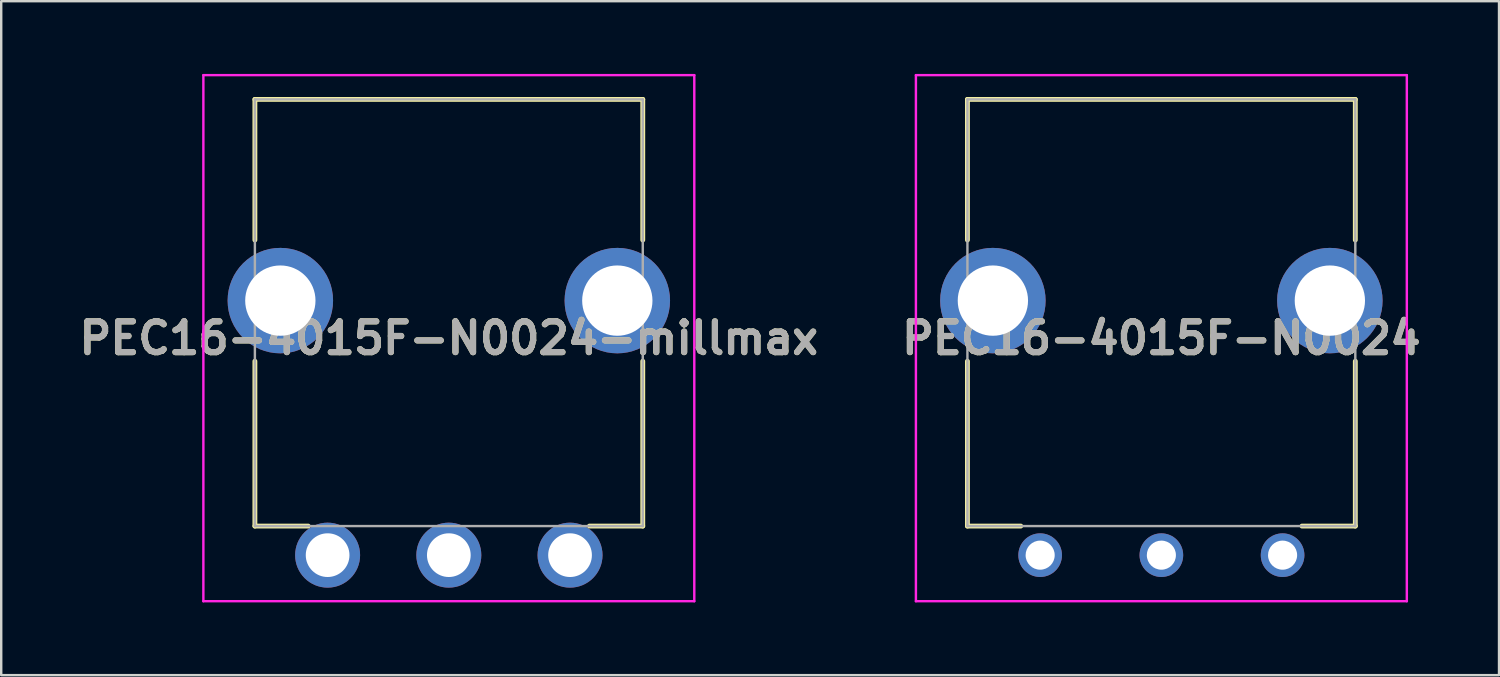
<source format=kicad_pcb>
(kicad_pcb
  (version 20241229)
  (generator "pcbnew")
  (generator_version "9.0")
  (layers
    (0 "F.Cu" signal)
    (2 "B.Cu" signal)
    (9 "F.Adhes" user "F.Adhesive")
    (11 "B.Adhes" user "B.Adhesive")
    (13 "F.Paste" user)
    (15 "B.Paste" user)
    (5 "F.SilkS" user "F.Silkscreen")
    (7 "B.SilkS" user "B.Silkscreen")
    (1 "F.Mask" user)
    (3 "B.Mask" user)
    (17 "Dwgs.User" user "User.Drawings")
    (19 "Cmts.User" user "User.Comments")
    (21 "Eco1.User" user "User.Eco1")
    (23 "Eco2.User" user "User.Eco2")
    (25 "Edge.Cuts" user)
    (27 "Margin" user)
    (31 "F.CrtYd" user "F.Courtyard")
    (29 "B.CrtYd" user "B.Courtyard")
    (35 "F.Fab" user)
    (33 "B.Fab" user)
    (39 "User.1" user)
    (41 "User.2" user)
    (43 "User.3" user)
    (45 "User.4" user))
  (footprint "PEC16-4015F-N0024-millmax"
    (layer "F.Cu")
    (at 10.464 19.85)
    (property "Reference" "PEC16-4015F-N0024-millmax" (at 5 -8.95 0) (layer "F.SilkS") (effects (font (size 1.27 1.27) (thickness 0.254))))
    (attr through_hole)
    (fp_line (start -3 -18.8) (end 13 -18.8) (stroke (width 0.2) (type solid)) (layer "F.SilkS"))
    (fp_line (start -3 -13) (end -3 -18.8) (stroke (width 0.2) (type solid)) (layer "F.SilkS"))
    (fp_line (start -3 -8) (end -3 -1.2) (stroke (width 0.2) (type solid)) (layer "F.SilkS"))
    (fp_line (start -3 -1.2) (end -0.8 -1.2) (stroke (width 0.2) (type solid)) (layer "F.SilkS"))
    (fp_line (start 13 -18.8) (end 13 -13) (stroke (width 0.2) (type solid)) (layer "F.SilkS"))
    (fp_line (start 13 -8) (end 13 -1.2) (stroke (width 0.2) (type solid)) (layer "F.SilkS"))
    (fp_line (start 13 -1.2) (end 10.8 -1.2) (stroke (width 0.2) (type solid)) (layer "F.SilkS"))
    (fp_line (start -5.125 -19.8) (end 15.125 -19.8) (stroke (width 0.1) (type solid)) (layer "F.CrtYd"))
    (fp_line (start -5.125 1.9) (end -5.125 -19.8) (stroke (width 0.1) (type solid)) (layer "F.CrtYd"))
    (fp_line (start 15.125 -19.8) (end 15.125 1.9) (stroke (width 0.1) (type solid)) (layer "F.CrtYd"))
    (fp_line (start 15.125 1.9) (end -5.125 1.9) (stroke (width 0.1) (type solid)) (layer "F.CrtYd"))
    (fp_line (start -3 -18.8) (end 13 -18.8) (stroke (width 0.1) (type solid)) (layer "F.Fab"))
    (fp_line (start -3 -1.2) (end -3 -18.8) (stroke (width 0.1) (type solid)) (layer "F.Fab"))
    (fp_line (start 13 -18.8) (end 13 -1.2) (stroke (width 0.1) (type solid)) (layer "F.Fab"))
    (fp_line (start 13 -1.2) (end -3 -1.2) (stroke (width 0.1) (type solid)) (layer "F.Fab"))
    (fp_text user "${REFERENCE}" (at 5 -8.95 0) (layer "F.Fab") (effects (font (size 1.27 1.27) (thickness 0.254))))
    (pad "A1" thru_hole circle (at 0 0) (size 2.68 2.68) (drill 1.803) (layers "*.Cu" "*.Mask"))
    (pad "B1" thru_hole circle (at 5 0) (size 2.68 2.68) (drill 1.803) (layers "*.Cu" "*.Mask"))
    (pad "C1" thru_hole circle (at 10 0) (size 2.68 2.68) (drill 1.803) (layers "*.Cu" "*.Mask"))
    (pad "MH1" thru_hole circle (at -1.95 -10.5) (size 4.35 4.35) (drill 2.9) (layers "*.Cu" "*.Mask"))
    (pad "MH2" thru_hole circle (at 11.95 -10.5) (size 4.35 4.35) (drill 2.9) (layers "*.Cu" "*.Mask")))
  (footprint "PEC16-4015F-N0024"
    (layer "F.Cu")
    (at 39.856 19.85)
    (property "Reference" "PEC16-4015F-N0024" (at 5 -8.95 0) (layer "F.SilkS") (effects (font (size 1.27 1.27) (thickness 0.254))))
    (attr through_hole)
    (fp_line (start -3 -18.8) (end 13 -18.8) (stroke (width 0.2) (type solid)) (layer "F.SilkS"))
    (fp_line (start -3 -13) (end -3 -18.8) (stroke (width 0.2) (type solid)) (layer "F.SilkS"))
    (fp_line (start -3 -8) (end -3 -1.2) (stroke (width 0.2) (type solid)) (layer "F.SilkS"))
    (fp_line (start -3 -1.2) (end -0.8 -1.2) (stroke (width 0.2) (type solid)) (layer "F.SilkS"))
    (fp_line (start 13 -18.8) (end 13 -13) (stroke (width 0.2) (type solid)) (layer "F.SilkS"))
    (fp_line (start 13 -8) (end 13 -1.2) (stroke (width 0.2) (type solid)) (layer "F.SilkS"))
    (fp_line (start 13 -1.2) (end 10.8 -1.2) (stroke (width 0.2) (type solid)) (layer "F.SilkS"))
    (fp_line (start -5.125 -19.8) (end 15.125 -19.8) (stroke (width 0.1) (type solid)) (layer "F.CrtYd"))
    (fp_line (start -5.125 1.9) (end -5.125 -19.8) (stroke (width 0.1) (type solid)) (layer "F.CrtYd"))
    (fp_line (start 15.125 -19.8) (end 15.125 1.9) (stroke (width 0.1) (type solid)) (layer "F.CrtYd"))
    (fp_line (start 15.125 1.9) (end -5.125 1.9) (stroke (width 0.1) (type solid)) (layer "F.CrtYd"))
    (fp_line (start -3 -18.8) (end 13 -18.8) (stroke (width 0.1) (type solid)) (layer "F.Fab"))
    (fp_line (start -3 -1.2) (end -3 -18.8) (stroke (width 0.1) (type solid)) (layer "F.Fab"))
    (fp_line (start 13 -18.8) (end 13 -1.2) (stroke (width 0.1) (type solid)) (layer "F.Fab"))
    (fp_line (start 13 -1.2) (end -3 -1.2) (stroke (width 0.1) (type solid)) (layer "F.Fab"))
    (fp_text user "${REFERENCE}" (at 5 -8.95 0) (layer "F.Fab") (effects (font (size 1.27 1.27) (thickness 0.254))))
    (pad "A1" thru_hole circle (at 0 0) (size 1.8 1.8) (drill 1.2) (layers "*.Cu" "*.Mask"))
    (pad "B1" thru_hole circle (at 5 0) (size 1.8 1.8) (drill 1.2) (layers "*.Cu" "*.Mask"))
    (pad "C1" thru_hole circle (at 10 0) (size 1.8 1.8) (drill 1.2) (layers "*.Cu" "*.Mask"))
    (pad "MH1" thru_hole circle (at -1.95 -10.5) (size 4.35 4.35) (drill 2.9) (layers "*.Cu" "*.Mask"))
    (pad "MH2" thru_hole circle (at 11.95 -10.5) (size 4.35 4.35) (drill 2.9) (layers "*.Cu" "*.Mask")))
  (gr_rect
    (start -3 -3)
    (end 58.784 24.8)
    (stroke (width 0.1) (type default))
    (fill no)
    (layer "Edge.Cuts")))
</source>
